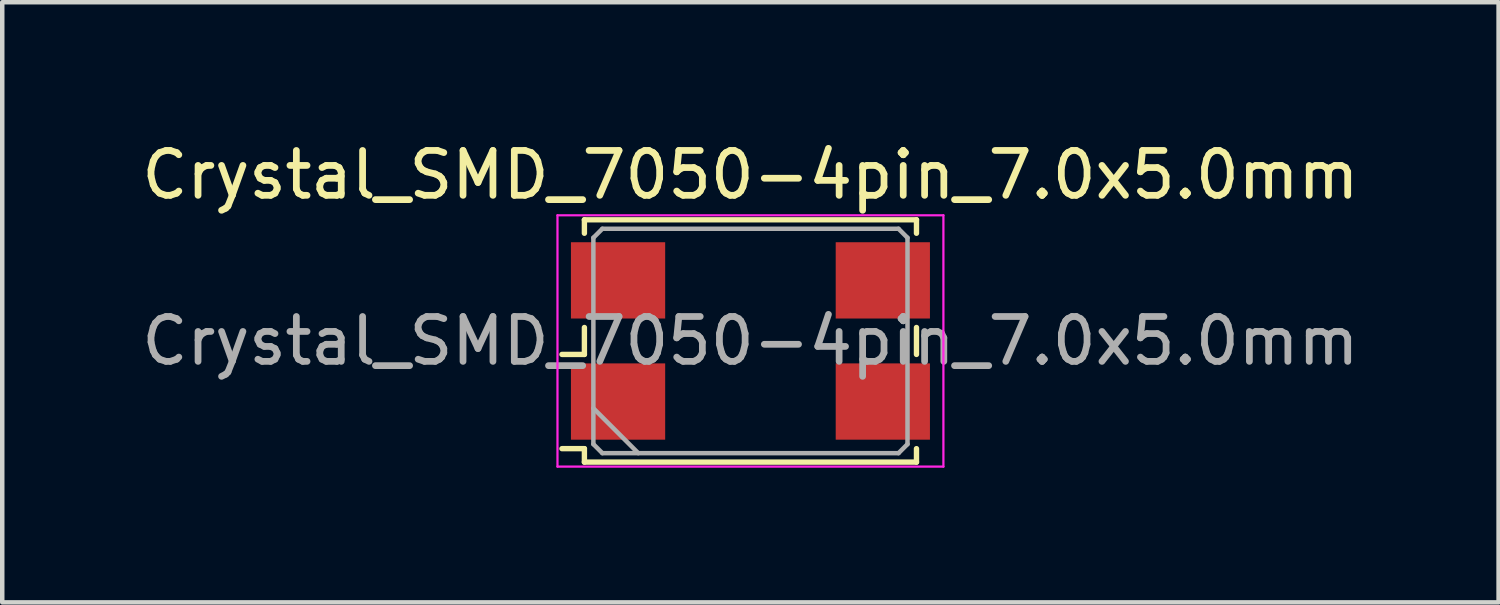
<source format=kicad_pcb>
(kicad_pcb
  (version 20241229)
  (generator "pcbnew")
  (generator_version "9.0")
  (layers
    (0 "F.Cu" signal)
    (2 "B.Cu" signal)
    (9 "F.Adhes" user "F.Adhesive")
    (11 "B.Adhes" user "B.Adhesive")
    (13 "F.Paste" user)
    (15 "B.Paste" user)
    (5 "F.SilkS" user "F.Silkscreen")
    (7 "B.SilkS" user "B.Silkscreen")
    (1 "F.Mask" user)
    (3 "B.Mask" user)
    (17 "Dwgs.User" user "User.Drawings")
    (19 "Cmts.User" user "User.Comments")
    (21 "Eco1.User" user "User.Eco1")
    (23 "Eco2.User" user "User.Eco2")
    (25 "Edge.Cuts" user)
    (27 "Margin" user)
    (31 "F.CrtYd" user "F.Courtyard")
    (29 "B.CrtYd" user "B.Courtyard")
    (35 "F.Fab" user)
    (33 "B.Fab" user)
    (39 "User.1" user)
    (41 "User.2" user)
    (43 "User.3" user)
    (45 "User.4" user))
  (footprint "Crystal_SMD_7050-4pin_7.0x5.0mm"
    (layer "F.Cu")
    (at 13.673 4.548)
    (property "Reference" "Crystal_SMD_7050-4pin_7.0x5.0mm" (at 0 -3.7 0) (layer "F.SilkS") (effects (font (size 1 1) (thickness 0.15))))
    (attr smd)
    (fp_line (start -4.2 0.3) (end -3.7 0.3) (stroke (width 0.12) (type solid)) (layer "F.SilkS"))
    (fp_line (start -4.2 2.4) (end -3.7 2.4) (stroke (width 0.12) (type solid)) (layer "F.SilkS"))
    (fp_line (start -3.7 -2.7) (end 3.7 -2.7) (stroke (width 0.12) (type solid)) (layer "F.SilkS"))
    (fp_line (start -3.7 -2.4) (end -3.7 -2.7) (stroke (width 0.12) (type solid)) (layer "F.SilkS"))
    (fp_line (start -3.7 0.3) (end -3.7 -0.3) (stroke (width 0.12) (type solid)) (layer "F.SilkS"))
    (fp_line (start -3.7 2.4) (end -3.7 2.7) (stroke (width 0.12) (type solid)) (layer "F.SilkS"))
    (fp_line (start -3.7 2.7) (end 3.7 2.7) (stroke (width 0.12) (type solid)) (layer "F.SilkS"))
    (fp_line (start 3.7 -2.7) (end 3.7 -2.4) (stroke (width 0.12) (type solid)) (layer "F.SilkS"))
    (fp_line (start 3.7 -0.3) (end 3.7 0.3) (stroke (width 0.12) (type solid)) (layer "F.SilkS"))
    (fp_line (start 3.7 2.7) (end 3.7 2.4) (stroke (width 0.12) (type solid)) (layer "F.SilkS"))
    (fp_line (start -4.3 -2.8) (end -4.3 2.8) (stroke (width 0.05) (type solid)) (layer "F.CrtYd"))
    (fp_line (start -4.3 2.8) (end 4.3 2.8) (stroke (width 0.05) (type solid)) (layer "F.CrtYd"))
    (fp_line (start 4.3 -2.8) (end -4.3 -2.8) (stroke (width 0.05) (type solid)) (layer "F.CrtYd"))
    (fp_line (start 4.3 2.8) (end 4.3 -2.8) (stroke (width 0.05) (type solid)) (layer "F.CrtYd"))
    (fp_line (start -3.5 -2.3) (end -3.3 -2.5) (stroke (width 0.1) (type solid)) (layer "F.Fab"))
    (fp_line (start -3.5 1.5) (end -2.5 2.5) (stroke (width 0.1) (type solid)) (layer "F.Fab"))
    (fp_line (start -3.5 2.3) (end -3.5 -2.3) (stroke (width 0.1) (type solid)) (layer "F.Fab"))
    (fp_line (start -3.3 -2.5) (end 3.3 -2.5) (stroke (width 0.1) (type solid)) (layer "F.Fab"))
    (fp_line (start -3.3 2.5) (end -3.5 2.3) (stroke (width 0.1) (type solid)) (layer "F.Fab"))
    (fp_line (start 3.3 -2.5) (end 3.5 -2.3) (stroke (width 0.1) (type solid)) (layer "F.Fab"))
    (fp_line (start 3.3 2.5) (end -3.3 2.5) (stroke (width 0.1) (type solid)) (layer "F.Fab"))
    (fp_line (start 3.5 -2.3) (end 3.5 2.3) (stroke (width 0.1) (type solid)) (layer "F.Fab"))
    (fp_line (start 3.5 2.3) (end 3.3 2.5) (stroke (width 0.1) (type solid)) (layer "F.Fab"))
    (fp_text user "${REFERENCE}" (at 0 0 0) (layer "F.Fab") (effects (font (size 1 1) (thickness 0.15))))
    (pad "1" smd rect (at -2.95 1.35) (size 2.1 1.7) (layers "F.Cu" "F.Mask" "F.Paste"))
    (pad "2" smd rect (at 2.95 1.35) (size 2.1 1.7) (layers "F.Cu" "F.Mask" "F.Paste"))
    (pad "3" smd rect (at 2.95 -1.35) (size 2.1 1.7) (layers "F.Cu" "F.Mask" "F.Paste"))
    (pad "4" smd rect (at -2.95 -1.35) (size 2.1 1.7) (layers "F.Cu" "F.Mask" "F.Paste")))
  (gr_rect
    (start -3 -3)
    (end 30.345 10.373)
    (stroke (width 0.1) (type default))
    (fill no)
    (layer "Edge.Cuts")))
</source>
